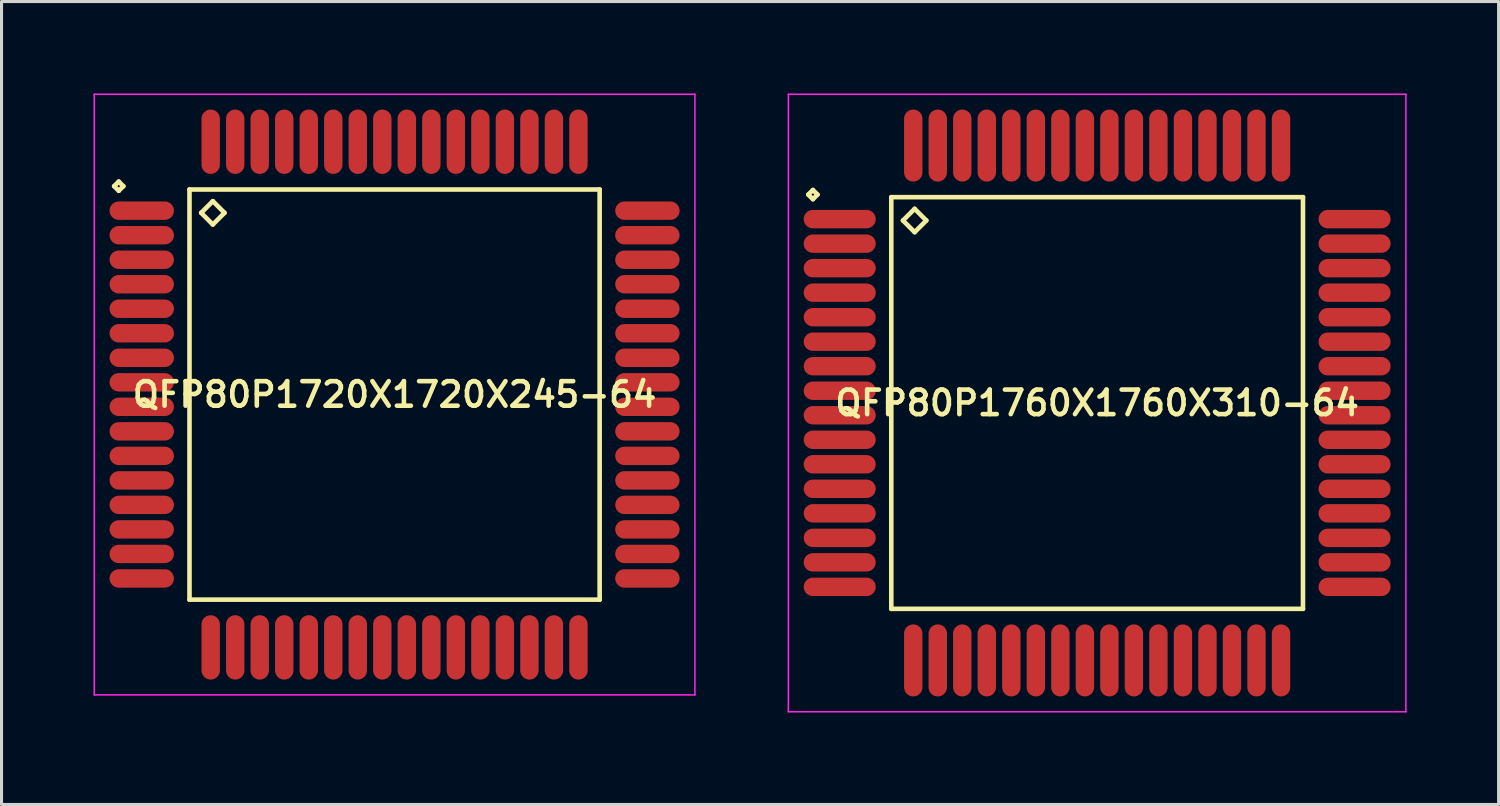
<source format=kicad_pcb>
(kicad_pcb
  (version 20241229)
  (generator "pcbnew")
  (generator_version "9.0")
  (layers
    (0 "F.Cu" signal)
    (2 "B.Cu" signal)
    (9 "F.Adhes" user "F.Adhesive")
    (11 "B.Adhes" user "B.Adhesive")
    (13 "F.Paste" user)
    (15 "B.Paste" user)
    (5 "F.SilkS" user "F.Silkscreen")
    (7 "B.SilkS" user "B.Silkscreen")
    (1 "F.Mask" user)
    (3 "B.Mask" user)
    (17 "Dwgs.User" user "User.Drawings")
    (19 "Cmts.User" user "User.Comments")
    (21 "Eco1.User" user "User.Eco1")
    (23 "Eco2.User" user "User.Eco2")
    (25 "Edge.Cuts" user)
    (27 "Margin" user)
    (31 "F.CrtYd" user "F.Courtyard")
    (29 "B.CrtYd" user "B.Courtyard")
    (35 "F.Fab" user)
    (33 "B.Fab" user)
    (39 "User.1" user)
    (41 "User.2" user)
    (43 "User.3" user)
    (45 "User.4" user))
  (footprint "QFP80P1760X1760X310-64"
    (layer "F.Cu")
    (at 32.75 10.1)
    (property "Reference" "QFP80P1760X1760X310-64" (at 0 0 0) (layer "F.SilkS") (effects (font (size 0.8 0.8) (thickness 0.15))))
    (attr smd)
    (fp_line (start -9.425 -6.8) (end -9.275 -6.95) (stroke (width 0.15) (type solid)) (layer "F.SilkS"))
    (fp_line (start -9.275 -6.95) (end -9.125 -6.8) (stroke (width 0.15) (type solid)) (layer "F.SilkS"))
    (fp_line (start -9.275 -6.65) (end -9.425 -6.8) (stroke (width 0.15) (type solid)) (layer "F.SilkS"))
    (fp_line (start -9.125 -6.8) (end -9.275 -6.65) (stroke (width 0.15) (type solid)) (layer "F.SilkS"))
    (fp_line (start -6.717 -6.717) (end -6.717 6.717) (stroke (width 0.15) (type solid)) (layer "F.SilkS"))
    (fp_line (start -6.717 6.717) (end 6.717 6.717) (stroke (width 0.15) (type solid)) (layer "F.SilkS"))
    (fp_line (start -6.336 -5.955) (end -5.955 -6.336) (stroke (width 0.15) (type solid)) (layer "F.SilkS"))
    (fp_line (start -5.955 -6.336) (end -5.574 -5.955) (stroke (width 0.15) (type solid)) (layer "F.SilkS"))
    (fp_line (start -5.955 -5.574) (end -6.336 -5.955) (stroke (width 0.15) (type solid)) (layer "F.SilkS"))
    (fp_line (start -5.574 -5.955) (end -5.955 -5.574) (stroke (width 0.15) (type solid)) (layer "F.SilkS"))
    (fp_line (start 6.717 -6.717) (end -6.717 -6.717) (stroke (width 0.15) (type solid)) (layer "F.SilkS"))
    (fp_line (start 6.717 6.717) (end 6.717 -6.717) (stroke (width 0.15) (type solid)) (layer "F.SilkS"))
    (fp_line (start -10.075 -10.075) (end 10.075 -10.075) (stroke (width 0.05) (type solid)) (layer "F.CrtYd"))
    (fp_line (start -10.075 10.075) (end -10.075 -10.075) (stroke (width 0.05) (type solid)) (layer "F.CrtYd"))
    (fp_line (start 10.075 -10.075) (end 10.075 10.075) (stroke (width 0.05) (type solid)) (layer "F.CrtYd"))
    (fp_line (start 10.075 10.075) (end -10.075 10.075) (stroke (width 0.05) (type solid)) (layer "F.CrtYd"))
    (pad "1" smd oval (at -8.4 -6) (size 2.35 0.6) (layers "F.Cu" "F.Mask" "F.Paste"))
    (pad "2" smd oval (at -8.4 -5.2) (size 2.35 0.6) (layers "F.Cu" "F.Mask" "F.Paste"))
    (pad "3" smd oval (at -8.4 -4.4) (size 2.35 0.6) (layers "F.Cu" "F.Mask" "F.Paste"))
    (pad "4" smd oval (at -8.4 -3.6) (size 2.35 0.6) (layers "F.Cu" "F.Mask" "F.Paste"))
    (pad "5" smd oval (at -8.4 -2.8) (size 2.35 0.6) (layers "F.Cu" "F.Mask" "F.Paste"))
    (pad "6" smd oval (at -8.4 -2) (size 2.35 0.6) (layers "F.Cu" "F.Mask" "F.Paste"))
    (pad "7" smd oval (at -8.4 -1.2) (size 2.35 0.6) (layers "F.Cu" "F.Mask" "F.Paste"))
    (pad "8" smd oval (at -8.4 -0.4) (size 2.35 0.6) (layers "F.Cu" "F.Mask" "F.Paste"))
    (pad "9" smd oval (at -8.4 0.4) (size 2.35 0.6) (layers "F.Cu" "F.Mask" "F.Paste"))
    (pad "10" smd oval (at -8.4 1.2) (size 2.35 0.6) (layers "F.Cu" "F.Mask" "F.Paste"))
    (pad "11" smd oval (at -8.4 2) (size 2.35 0.6) (layers "F.Cu" "F.Mask" "F.Paste"))
    (pad "12" smd oval (at -8.4 2.8) (size 2.35 0.6) (layers "F.Cu" "F.Mask" "F.Paste"))
    (pad "13" smd oval (at -8.4 3.6) (size 2.35 0.6) (layers "F.Cu" "F.Mask" "F.Paste"))
    (pad "14" smd oval (at -8.4 4.4) (size 2.35 0.6) (layers "F.Cu" "F.Mask" "F.Paste"))
    (pad "15" smd oval (at -8.4 5.2) (size 2.35 0.6) (layers "F.Cu" "F.Mask" "F.Paste"))
    (pad "16" smd oval (at -8.4 6) (size 2.35 0.6) (layers "F.Cu" "F.Mask" "F.Paste"))
    (pad "17" smd oval (at -6 8.4) (size 0.6 2.35) (layers "F.Cu" "F.Mask" "F.Paste"))
    (pad "18" smd oval (at -5.2 8.4) (size 0.6 2.35) (layers "F.Cu" "F.Mask" "F.Paste"))
    (pad "19" smd oval (at -4.4 8.4) (size 0.6 2.35) (layers "F.Cu" "F.Mask" "F.Paste"))
    (pad "20" smd oval (at -3.6 8.4) (size 0.6 2.35) (layers "F.Cu" "F.Mask" "F.Paste"))
    (pad "21" smd oval (at -2.8 8.4) (size 0.6 2.35) (layers "F.Cu" "F.Mask" "F.Paste"))
    (pad "22" smd oval (at -2 8.4) (size 0.6 2.35) (layers "F.Cu" "F.Mask" "F.Paste"))
    (pad "23" smd oval (at -1.2 8.4) (size 0.6 2.35) (layers "F.Cu" "F.Mask" "F.Paste"))
    (pad "24" smd oval (at -0.4 8.4) (size 0.6 2.35) (layers "F.Cu" "F.Mask" "F.Paste"))
    (pad "25" smd oval (at 0.4 8.4) (size 0.6 2.35) (layers "F.Cu" "F.Mask" "F.Paste"))
    (pad "26" smd oval (at 1.2 8.4) (size 0.6 2.35) (layers "F.Cu" "F.Mask" "F.Paste"))
    (pad "27" smd oval (at 2 8.4) (size 0.6 2.35) (layers "F.Cu" "F.Mask" "F.Paste"))
    (pad "28" smd oval (at 2.8 8.4) (size 0.6 2.35) (layers "F.Cu" "F.Mask" "F.Paste"))
    (pad "29" smd oval (at 3.6 8.4) (size 0.6 2.35) (layers "F.Cu" "F.Mask" "F.Paste"))
    (pad "30" smd oval (at 4.4 8.4) (size 0.6 2.35) (layers "F.Cu" "F.Mask" "F.Paste"))
    (pad "31" smd oval (at 5.2 8.4) (size 0.6 2.35) (layers "F.Cu" "F.Mask" "F.Paste"))
    (pad "32" smd oval (at 6 8.4) (size 0.6 2.35) (layers "F.Cu" "F.Mask" "F.Paste"))
    (pad "33" smd oval (at 8.4 6) (size 2.35 0.6) (layers "F.Cu" "F.Mask" "F.Paste"))
    (pad "34" smd oval (at 8.4 5.2) (size 2.35 0.6) (layers "F.Cu" "F.Mask" "F.Paste"))
    (pad "35" smd oval (at 8.4 4.4) (size 2.35 0.6) (layers "F.Cu" "F.Mask" "F.Paste"))
    (pad "36" smd oval (at 8.4 3.6) (size 2.35 0.6) (layers "F.Cu" "F.Mask" "F.Paste"))
    (pad "37" smd oval (at 8.4 2.8) (size 2.35 0.6) (layers "F.Cu" "F.Mask" "F.Paste"))
    (pad "38" smd oval (at 8.4 2) (size 2.35 0.6) (layers "F.Cu" "F.Mask" "F.Paste"))
    (pad "39" smd oval (at 8.4 1.2) (size 2.35 0.6) (layers "F.Cu" "F.Mask" "F.Paste"))
    (pad "40" smd oval (at 8.4 0.4) (size 2.35 0.6) (layers "F.Cu" "F.Mask" "F.Paste"))
    (pad "41" smd oval (at 8.4 -0.4) (size 2.35 0.6) (layers "F.Cu" "F.Mask" "F.Paste"))
    (pad "42" smd oval (at 8.4 -1.2) (size 2.35 0.6) (layers "F.Cu" "F.Mask" "F.Paste"))
    (pad "43" smd oval (at 8.4 -2) (size 2.35 0.6) (layers "F.Cu" "F.Mask" "F.Paste"))
    (pad "44" smd oval (at 8.4 -2.8) (size 2.35 0.6) (layers "F.Cu" "F.Mask" "F.Paste"))
    (pad "45" smd oval (at 8.4 -3.6) (size 2.35 0.6) (layers "F.Cu" "F.Mask" "F.Paste"))
    (pad "46" smd oval (at 8.4 -4.4) (size 2.35 0.6) (layers "F.Cu" "F.Mask" "F.Paste"))
    (pad "47" smd oval (at 8.4 -5.2) (size 2.35 0.6) (layers "F.Cu" "F.Mask" "F.Paste"))
    (pad "48" smd oval (at 8.4 -6) (size 2.35 0.6) (layers "F.Cu" "F.Mask" "F.Paste"))
    (pad "49" smd oval (at 6 -8.4) (size 0.6 2.35) (layers "F.Cu" "F.Mask" "F.Paste"))
    (pad "50" smd oval (at 5.2 -8.4) (size 0.6 2.35) (layers "F.Cu" "F.Mask" "F.Paste"))
    (pad "51" smd oval (at 4.4 -8.4) (size 0.6 2.35) (layers "F.Cu" "F.Mask" "F.Paste"))
    (pad "52" smd oval (at 3.6 -8.4) (size 0.6 2.35) (layers "F.Cu" "F.Mask" "F.Paste"))
    (pad "53" smd oval (at 2.8 -8.4) (size 0.6 2.35) (layers "F.Cu" "F.Mask" "F.Paste"))
    (pad "54" smd oval (at 2 -8.4) (size 0.6 2.35) (layers "F.Cu" "F.Mask" "F.Paste"))
    (pad "55" smd oval (at 1.2 -8.4) (size 0.6 2.35) (layers "F.Cu" "F.Mask" "F.Paste"))
    (pad "56" smd oval (at 0.4 -8.4) (size 0.6 2.35) (layers "F.Cu" "F.Mask" "F.Paste"))
    (pad "57" smd oval (at -0.4 -8.4) (size 0.6 2.35) (layers "F.Cu" "F.Mask" "F.Paste"))
    (pad "58" smd oval (at -1.2 -8.4) (size 0.6 2.35) (layers "F.Cu" "F.Mask" "F.Paste"))
    (pad "59" smd oval (at -2 -8.4) (size 0.6 2.35) (layers "F.Cu" "F.Mask" "F.Paste"))
    (pad "60" smd oval (at -2.8 -8.4) (size 0.6 2.35) (layers "F.Cu" "F.Mask" "F.Paste"))
    (pad "61" smd oval (at -3.6 -8.4) (size 0.6 2.35) (layers "F.Cu" "F.Mask" "F.Paste"))
    (pad "62" smd oval (at -4.4 -8.4) (size 0.6 2.35) (layers "F.Cu" "F.Mask" "F.Paste"))
    (pad "63" smd oval (at -5.2 -8.4) (size 0.6 2.35) (layers "F.Cu" "F.Mask" "F.Paste"))
    (pad "64" smd oval (at -6 -8.4) (size 0.6 2.35) (layers "F.Cu" "F.Mask" "F.Paste")))
  (footprint "QFP80P1720X1720X245-64"
    (layer "F.Cu")
    (at 9.825 9.825)
    (property "Reference" "QFP80P1720X1720X245-64" (at 0 0 0) (layer "F.SilkS") (effects (font (size 0.8 0.8) (thickness 0.15))))
    (attr smd)
    (fp_line (start -9.15 -6.8) (end -9 -6.95) (stroke (width 0.15) (type solid)) (layer "F.SilkS"))
    (fp_line (start -9 -6.95) (end -8.85 -6.8) (stroke (width 0.15) (type solid)) (layer "F.SilkS"))
    (fp_line (start -9 -6.65) (end -9.15 -6.8) (stroke (width 0.15) (type solid)) (layer "F.SilkS"))
    (fp_line (start -8.85 -6.8) (end -9 -6.65) (stroke (width 0.15) (type solid)) (layer "F.SilkS"))
    (fp_line (start -6.692 -6.692) (end -6.692 6.692) (stroke (width 0.15) (type solid)) (layer "F.SilkS"))
    (fp_line (start -6.692 6.692) (end 6.692 6.692) (stroke (width 0.15) (type solid)) (layer "F.SilkS"))
    (fp_line (start -6.311 -5.93) (end -5.93 -6.311) (stroke (width 0.15) (type solid)) (layer "F.SilkS"))
    (fp_line (start -5.93 -6.311) (end -5.549 -5.93) (stroke (width 0.15) (type solid)) (layer "F.SilkS"))
    (fp_line (start -5.93 -5.549) (end -6.311 -5.93) (stroke (width 0.15) (type solid)) (layer "F.SilkS"))
    (fp_line (start -5.549 -5.93) (end -5.93 -5.549) (stroke (width 0.15) (type solid)) (layer "F.SilkS"))
    (fp_line (start 6.692 -6.692) (end -6.692 -6.692) (stroke (width 0.15) (type solid)) (layer "F.SilkS"))
    (fp_line (start 6.692 6.692) (end 6.692 -6.692) (stroke (width 0.15) (type solid)) (layer "F.SilkS"))
    (fp_line (start -9.8 -9.8) (end 9.8 -9.8) (stroke (width 0.05) (type solid)) (layer "F.CrtYd"))
    (fp_line (start -9.8 9.8) (end -9.8 -9.8) (stroke (width 0.05) (type solid)) (layer "F.CrtYd"))
    (fp_line (start 9.8 -9.8) (end 9.8 9.8) (stroke (width 0.05) (type solid)) (layer "F.CrtYd"))
    (fp_line (start 9.8 9.8) (end -9.8 9.8) (stroke (width 0.05) (type solid)) (layer "F.CrtYd"))
    (pad "1" smd oval (at -8.25 -6) (size 2.1 0.6) (layers "F.Cu" "F.Mask" "F.Paste"))
    (pad "2" smd oval (at -8.25 -5.2) (size 2.1 0.6) (layers "F.Cu" "F.Mask" "F.Paste"))
    (pad "3" smd oval (at -8.25 -4.4) (size 2.1 0.6) (layers "F.Cu" "F.Mask" "F.Paste"))
    (pad "4" smd oval (at -8.25 -3.6) (size 2.1 0.6) (layers "F.Cu" "F.Mask" "F.Paste"))
    (pad "5" smd oval (at -8.25 -2.8) (size 2.1 0.6) (layers "F.Cu" "F.Mask" "F.Paste"))
    (pad "6" smd oval (at -8.25 -2) (size 2.1 0.6) (layers "F.Cu" "F.Mask" "F.Paste"))
    (pad "7" smd oval (at -8.25 -1.2) (size 2.1 0.6) (layers "F.Cu" "F.Mask" "F.Paste"))
    (pad "8" smd oval (at -8.25 -0.4) (size 2.1 0.6) (layers "F.Cu" "F.Mask" "F.Paste"))
    (pad "9" smd oval (at -8.25 0.4) (size 2.1 0.6) (layers "F.Cu" "F.Mask" "F.Paste"))
    (pad "10" smd oval (at -8.25 1.2) (size 2.1 0.6) (layers "F.Cu" "F.Mask" "F.Paste"))
    (pad "11" smd oval (at -8.25 2) (size 2.1 0.6) (layers "F.Cu" "F.Mask" "F.Paste"))
    (pad "12" smd oval (at -8.25 2.8) (size 2.1 0.6) (layers "F.Cu" "F.Mask" "F.Paste"))
    (pad "13" smd oval (at -8.25 3.6) (size 2.1 0.6) (layers "F.Cu" "F.Mask" "F.Paste"))
    (pad "14" smd oval (at -8.25 4.4) (size 2.1 0.6) (layers "F.Cu" "F.Mask" "F.Paste"))
    (pad "15" smd oval (at -8.25 5.2) (size 2.1 0.6) (layers "F.Cu" "F.Mask" "F.Paste"))
    (pad "16" smd oval (at -8.25 6) (size 2.1 0.6) (layers "F.Cu" "F.Mask" "F.Paste"))
    (pad "17" smd oval (at -6 8.25) (size 0.6 2.1) (layers "F.Cu" "F.Mask" "F.Paste"))
    (pad "18" smd oval (at -5.2 8.25) (size 0.6 2.1) (layers "F.Cu" "F.Mask" "F.Paste"))
    (pad "19" smd oval (at -4.4 8.25) (size 0.6 2.1) (layers "F.Cu" "F.Mask" "F.Paste"))
    (pad "20" smd oval (at -3.6 8.25) (size 0.6 2.1) (layers "F.Cu" "F.Mask" "F.Paste"))
    (pad "21" smd oval (at -2.8 8.25) (size 0.6 2.1) (layers "F.Cu" "F.Mask" "F.Paste"))
    (pad "22" smd oval (at -2 8.25) (size 0.6 2.1) (layers "F.Cu" "F.Mask" "F.Paste"))
    (pad "23" smd oval (at -1.2 8.25) (size 0.6 2.1) (layers "F.Cu" "F.Mask" "F.Paste"))
    (pad "24" smd oval (at -0.4 8.25) (size 0.6 2.1) (layers "F.Cu" "F.Mask" "F.Paste"))
    (pad "25" smd oval (at 0.4 8.25) (size 0.6 2.1) (layers "F.Cu" "F.Mask" "F.Paste"))
    (pad "26" smd oval (at 1.2 8.25) (size 0.6 2.1) (layers "F.Cu" "F.Mask" "F.Paste"))
    (pad "27" smd oval (at 2 8.25) (size 0.6 2.1) (layers "F.Cu" "F.Mask" "F.Paste"))
    (pad "28" smd oval (at 2.8 8.25) (size 0.6 2.1) (layers "F.Cu" "F.Mask" "F.Paste"))
    (pad "29" smd oval (at 3.6 8.25) (size 0.6 2.1) (layers "F.Cu" "F.Mask" "F.Paste"))
    (pad "30" smd oval (at 4.4 8.25) (size 0.6 2.1) (layers "F.Cu" "F.Mask" "F.Paste"))
    (pad "31" smd oval (at 5.2 8.25) (size 0.6 2.1) (layers "F.Cu" "F.Mask" "F.Paste"))
    (pad "32" smd oval (at 6 8.25) (size 0.6 2.1) (layers "F.Cu" "F.Mask" "F.Paste"))
    (pad "33" smd oval (at 8.25 6) (size 2.1 0.6) (layers "F.Cu" "F.Mask" "F.Paste"))
    (pad "34" smd oval (at 8.25 5.2) (size 2.1 0.6) (layers "F.Cu" "F.Mask" "F.Paste"))
    (pad "35" smd oval (at 8.25 4.4) (size 2.1 0.6) (layers "F.Cu" "F.Mask" "F.Paste"))
    (pad "36" smd oval (at 8.25 3.6) (size 2.1 0.6) (layers "F.Cu" "F.Mask" "F.Paste"))
    (pad "37" smd oval (at 8.25 2.8) (size 2.1 0.6) (layers "F.Cu" "F.Mask" "F.Paste"))
    (pad "38" smd oval (at 8.25 2) (size 2.1 0.6) (layers "F.Cu" "F.Mask" "F.Paste"))
    (pad "39" smd oval (at 8.25 1.2) (size 2.1 0.6) (layers "F.Cu" "F.Mask" "F.Paste"))
    (pad "40" smd oval (at 8.25 0.4) (size 2.1 0.6) (layers "F.Cu" "F.Mask" "F.Paste"))
    (pad "41" smd oval (at 8.25 -0.4) (size 2.1 0.6) (layers "F.Cu" "F.Mask" "F.Paste"))
    (pad "42" smd oval (at 8.25 -1.2) (size 2.1 0.6) (layers "F.Cu" "F.Mask" "F.Paste"))
    (pad "43" smd oval (at 8.25 -2) (size 2.1 0.6) (layers "F.Cu" "F.Mask" "F.Paste"))
    (pad "44" smd oval (at 8.25 -2.8) (size 2.1 0.6) (layers "F.Cu" "F.Mask" "F.Paste"))
    (pad "45" smd oval (at 8.25 -3.6) (size 2.1 0.6) (layers "F.Cu" "F.Mask" "F.Paste"))
    (pad "46" smd oval (at 8.25 -4.4) (size 2.1 0.6) (layers "F.Cu" "F.Mask" "F.Paste"))
    (pad "47" smd oval (at 8.25 -5.2) (size 2.1 0.6) (layers "F.Cu" "F.Mask" "F.Paste"))
    (pad "48" smd oval (at 8.25 -6) (size 2.1 0.6) (layers "F.Cu" "F.Mask" "F.Paste"))
    (pad "49" smd oval (at 6 -8.25) (size 0.6 2.1) (layers "F.Cu" "F.Mask" "F.Paste"))
    (pad "50" smd oval (at 5.2 -8.25) (size 0.6 2.1) (layers "F.Cu" "F.Mask" "F.Paste"))
    (pad "51" smd oval (at 4.4 -8.25) (size 0.6 2.1) (layers "F.Cu" "F.Mask" "F.Paste"))
    (pad "52" smd oval (at 3.6 -8.25) (size 0.6 2.1) (layers "F.Cu" "F.Mask" "F.Paste"))
    (pad "53" smd oval (at 2.8 -8.25) (size 0.6 2.1) (layers "F.Cu" "F.Mask" "F.Paste"))
    (pad "54" smd oval (at 2 -8.25) (size 0.6 2.1) (layers "F.Cu" "F.Mask" "F.Paste"))
    (pad "55" smd oval (at 1.2 -8.25) (size 0.6 2.1) (layers "F.Cu" "F.Mask" "F.Paste"))
    (pad "56" smd oval (at 0.4 -8.25) (size 0.6 2.1) (layers "F.Cu" "F.Mask" "F.Paste"))
    (pad "57" smd oval (at -0.4 -8.25) (size 0.6 2.1) (layers "F.Cu" "F.Mask" "F.Paste"))
    (pad "58" smd oval (at -1.2 -8.25) (size 0.6 2.1) (layers "F.Cu" "F.Mask" "F.Paste"))
    (pad "59" smd oval (at -2 -8.25) (size 0.6 2.1) (layers "F.Cu" "F.Mask" "F.Paste"))
    (pad "60" smd oval (at -2.8 -8.25) (size 0.6 2.1) (layers "F.Cu" "F.Mask" "F.Paste"))
    (pad "61" smd oval (at -3.6 -8.25) (size 0.6 2.1) (layers "F.Cu" "F.Mask" "F.Paste"))
    (pad "62" smd oval (at -4.4 -8.25) (size 0.6 2.1) (layers "F.Cu" "F.Mask" "F.Paste"))
    (pad "63" smd oval (at -5.2 -8.25) (size 0.6 2.1) (layers "F.Cu" "F.Mask" "F.Paste"))
    (pad "64" smd oval (at -6 -8.25) (size 0.6 2.1) (layers "F.Cu" "F.Mask" "F.Paste")))
  (gr_rect
    (start -3 -3)
    (end 45.85 23.2)
    (stroke (width 0.1) (type default))
    (fill no)
    (layer "Edge.Cuts")))
</source>
